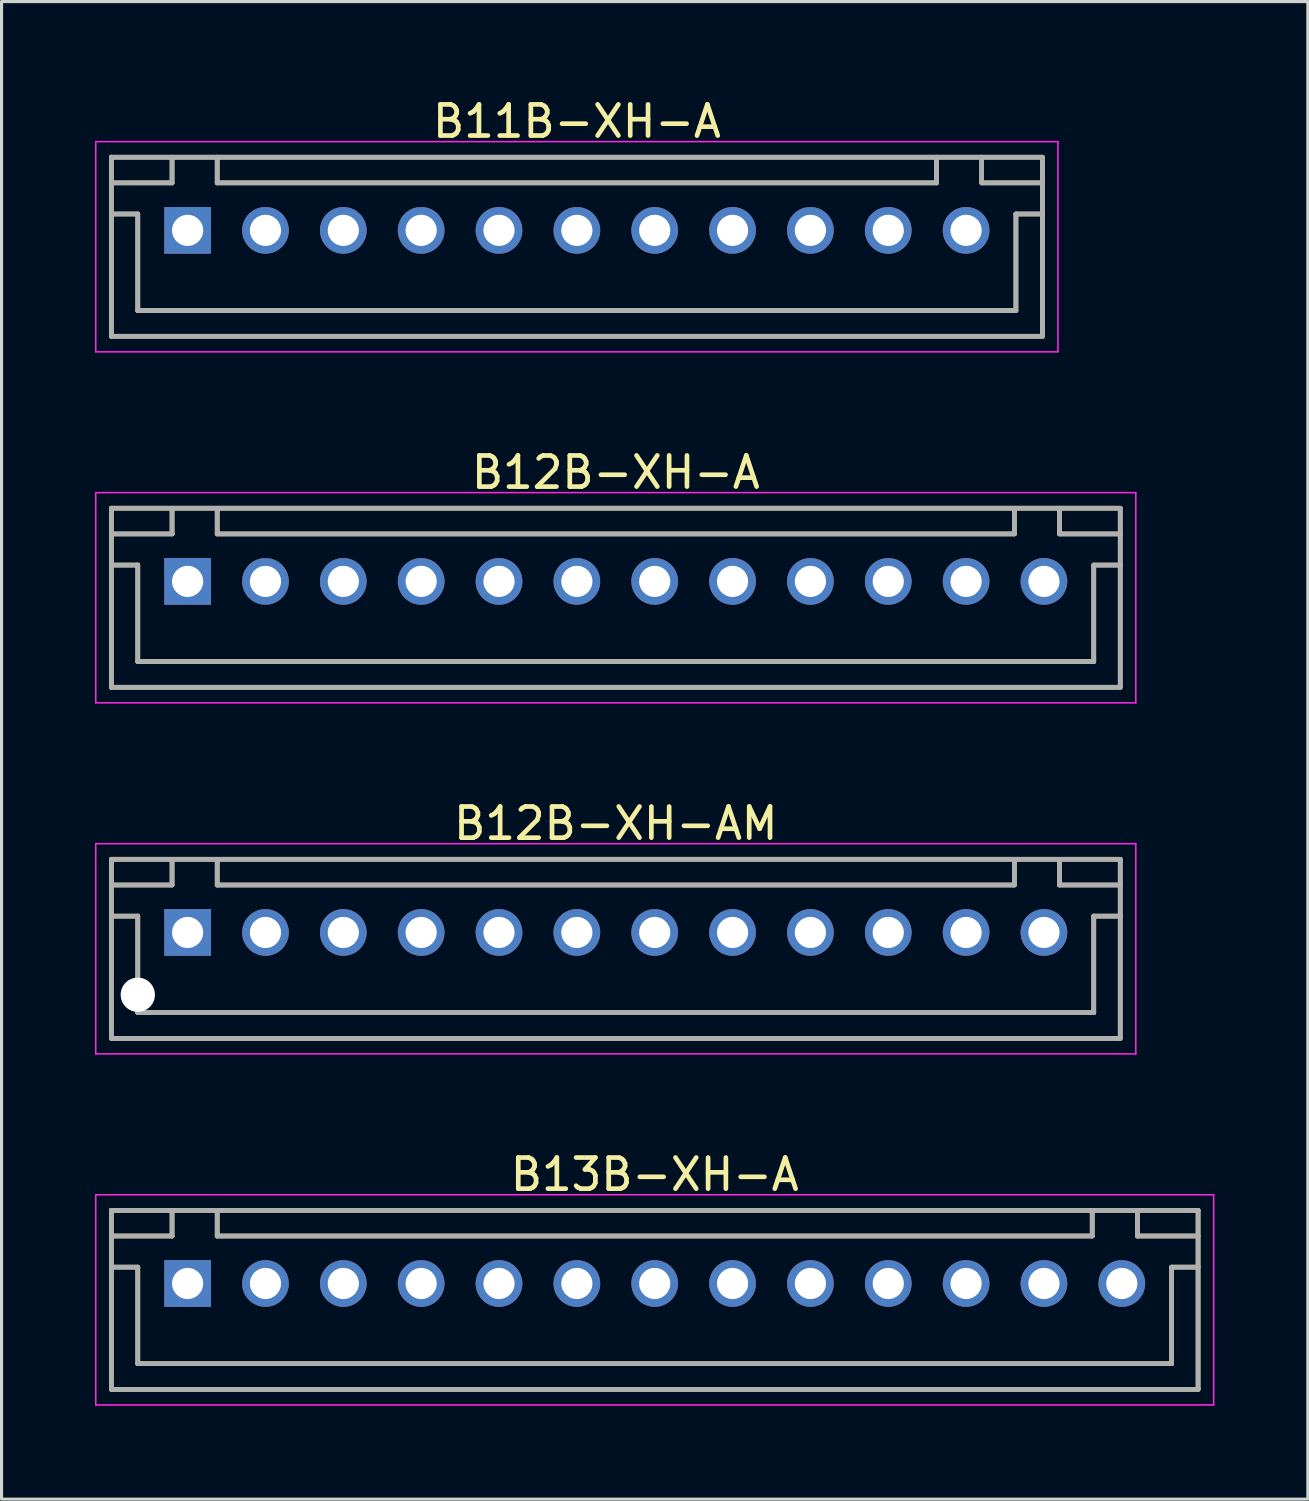
<source format=kicad_pcb>
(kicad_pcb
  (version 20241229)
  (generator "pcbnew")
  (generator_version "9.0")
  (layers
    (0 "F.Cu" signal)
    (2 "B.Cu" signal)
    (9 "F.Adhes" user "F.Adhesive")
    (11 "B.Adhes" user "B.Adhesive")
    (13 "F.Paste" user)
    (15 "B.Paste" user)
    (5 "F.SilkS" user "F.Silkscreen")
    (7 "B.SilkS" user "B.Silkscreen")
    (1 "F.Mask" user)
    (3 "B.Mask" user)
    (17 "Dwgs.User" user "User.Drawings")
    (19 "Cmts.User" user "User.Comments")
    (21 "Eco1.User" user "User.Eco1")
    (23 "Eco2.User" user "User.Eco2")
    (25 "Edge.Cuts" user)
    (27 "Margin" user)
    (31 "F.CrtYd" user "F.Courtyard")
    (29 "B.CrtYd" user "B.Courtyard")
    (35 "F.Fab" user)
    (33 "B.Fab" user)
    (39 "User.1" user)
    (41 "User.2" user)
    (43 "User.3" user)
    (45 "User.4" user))
  (footprint "B11B-XH-A"
    (layer "F.Cu")
    (at 15.475 4.348)
    (property "Reference" "B11B-XH-A" (at 0 -3.5 0) (layer "F.SilkS") (effects (font (size 1 1) (thickness 0.15))))
    (attr smd)
    (fp_line (start -14.95 -2.35) (end -14.95 3.4) (stroke (width 0.15) (type solid)) (layer "F.SilkS"))
    (fp_line (start -14.95 -2.35) (end 14.95 -2.35) (stroke (width 0.15) (type solid)) (layer "F.SilkS"))
    (fp_line (start -14.95 -1.525) (end -13 -1.525) (stroke (width 0.15) (type solid)) (layer "F.SilkS"))
    (fp_line (start -14.95 -0.525) (end -14.1 -0.525) (stroke (width 0.15) (type solid)) (layer "F.SilkS"))
    (fp_line (start -14.95 3.4) (end 14.95 3.4) (stroke (width 0.15) (type solid)) (layer "F.SilkS"))
    (fp_line (start -14.1 -0.525) (end -14.1 2.575) (stroke (width 0.15) (type solid)) (layer "F.SilkS"))
    (fp_line (start -14.1 2.575) (end 14.1 2.575) (stroke (width 0.15) (type solid)) (layer "F.SilkS"))
    (fp_line (start -13 -2.35) (end -13 -1.525) (stroke (width 0.15) (type solid)) (layer "F.SilkS"))
    (fp_line (start -11.55 -2.35) (end -11.55 -1.525) (stroke (width 0.15) (type solid)) (layer "F.SilkS"))
    (fp_line (start -11.55 -1.525) (end 11.55 -1.525) (stroke (width 0.15) (type solid)) (layer "F.SilkS"))
    (fp_line (start 11.55 -2.35) (end 11.55 -1.525) (stroke (width 0.15) (type solid)) (layer "F.SilkS"))
    (fp_line (start 13 -2.35) (end 13 -1.525) (stroke (width 0.15) (type solid)) (layer "F.SilkS"))
    (fp_line (start 13 -1.525) (end 14.95 -1.525) (stroke (width 0.15) (type solid)) (layer "F.SilkS"))
    (fp_line (start 14.1 -0.525) (end 14.1 2.575) (stroke (width 0.15) (type solid)) (layer "F.SilkS"))
    (fp_line (start 14.1 -0.525) (end 14.95 -0.525) (stroke (width 0.15) (type solid)) (layer "F.SilkS"))
    (fp_line (start 14.95 -2.35) (end 14.95 3.4) (stroke (width 0.15) (type solid)) (layer "F.SilkS"))
    (fp_line (start -15.45 -2.85) (end -15.45 3.9) (stroke (width 0.05) (type solid)) (layer "F.CrtYd"))
    (fp_line (start -15.45 -2.85) (end 15.45 -2.85) (stroke (width 0.05) (type solid)) (layer "F.CrtYd"))
    (fp_line (start -15.45 3.9) (end 15.45 3.9) (stroke (width 0.05) (type solid)) (layer "F.CrtYd"))
    (fp_line (start 15.45 -2.85) (end 15.45 3.9) (stroke (width 0.05) (type solid)) (layer "F.CrtYd"))
    (fp_line (start -14.95 -2.35) (end -14.95 3.4) (stroke (width 0.15) (type solid)) (layer "F.Fab"))
    (fp_line (start -14.95 -2.35) (end 14.95 -2.35) (stroke (width 0.15) (type solid)) (layer "F.Fab"))
    (fp_line (start -14.95 -1.525) (end -13 -1.525) (stroke (width 0.15) (type solid)) (layer "F.Fab"))
    (fp_line (start -14.95 -0.525) (end -14.1 -0.525) (stroke (width 0.15) (type solid)) (layer "F.Fab"))
    (fp_line (start -14.95 3.4) (end 14.95 3.4) (stroke (width 0.15) (type solid)) (layer "F.Fab"))
    (fp_line (start -14.1 -0.525) (end -14.1 2.575) (stroke (width 0.15) (type solid)) (layer "F.Fab"))
    (fp_line (start -14.1 2.575) (end 14.1 2.575) (stroke (width 0.15) (type solid)) (layer "F.Fab"))
    (fp_line (start -13 -2.35) (end -13 -1.525) (stroke (width 0.15) (type solid)) (layer "F.Fab"))
    (fp_line (start -11.55 -2.35) (end -11.55 -1.525) (stroke (width 0.15) (type solid)) (layer "F.Fab"))
    (fp_line (start -11.55 -1.525) (end 11.55 -1.525) (stroke (width 0.15) (type solid)) (layer "F.Fab"))
    (fp_line (start 11.55 -2.35) (end 11.55 -1.525) (stroke (width 0.15) (type solid)) (layer "F.Fab"))
    (fp_line (start 13 -2.35) (end 13 -1.525) (stroke (width 0.15) (type solid)) (layer "F.Fab"))
    (fp_line (start 13 -1.525) (end 14.95 -1.525) (stroke (width 0.15) (type solid)) (layer "F.Fab"))
    (fp_line (start 14.1 -0.525) (end 14.1 2.575) (stroke (width 0.15) (type solid)) (layer "F.Fab"))
    (fp_line (start 14.1 -0.525) (end 14.95 -0.525) (stroke (width 0.15) (type solid)) (layer "F.Fab"))
    (fp_line (start 14.95 -2.35) (end 14.95 3.4) (stroke (width 0.15) (type solid)) (layer "F.Fab"))
    (pad "1" thru_hole rect (at -12.5 0) (size 1.5 1.5) (drill 1) (layers "*.Cu" "*.Mask"))
    (pad "2" thru_hole circle (at -10 0) (size 1.5 1.5) (drill 1) (layers "*.Cu" "*.Mask"))
    (pad "3" thru_hole circle (at -7.5 0) (size 1.5 1.5) (drill 1) (layers "*.Cu" "*.Mask"))
    (pad "4" thru_hole circle (at -5 0) (size 1.5 1.5) (drill 1) (layers "*.Cu" "*.Mask"))
    (pad "5" thru_hole circle (at -2.5 0) (size 1.5 1.5) (drill 1) (layers "*.Cu" "*.Mask"))
    (pad "6" thru_hole circle (at 0 0) (size 1.5 1.5) (drill 1) (layers "*.Cu" "*.Mask"))
    (pad "7" thru_hole circle (at 2.5 0) (size 1.5 1.5) (drill 1) (layers "*.Cu" "*.Mask"))
    (pad "8" thru_hole circle (at 5 0) (size 1.5 1.5) (drill 1) (layers "*.Cu" "*.Mask"))
    (pad "9" thru_hole circle (at 7.5 0) (size 1.5 1.5) (drill 1) (layers "*.Cu" "*.Mask"))
    (pad "10" thru_hole circle (at 10 0) (size 1.5 1.5) (drill 1) (layers "*.Cu" "*.Mask"))
    (pad "11" thru_hole circle (at 12.5 0) (size 1.5 1.5) (drill 1) (layers "*.Cu" "*.Mask")))
  (footprint "B12B-XH-AM"
    (layer "F.Cu")
    (at 16.725 26.895)
    (property "Reference" "B12B-XH-AM" (at 0 -3.5 0) (layer "F.SilkS") (effects (font (size 1 1) (thickness 0.15))))
    (attr smd)
    (fp_line (start -16.2 -2.35) (end -16.2 3.4) (stroke (width 0.15) (type solid)) (layer "F.SilkS"))
    (fp_line (start -16.2 -2.35) (end 16.2 -2.35) (stroke (width 0.15) (type solid)) (layer "F.SilkS"))
    (fp_line (start -16.2 -1.525) (end -14.25 -1.525) (stroke (width 0.15) (type solid)) (layer "F.SilkS"))
    (fp_line (start -16.2 -0.525) (end -15.35 -0.525) (stroke (width 0.15) (type solid)) (layer "F.SilkS"))
    (fp_line (start -16.2 3.4) (end 16.2 3.4) (stroke (width 0.15) (type solid)) (layer "F.SilkS"))
    (fp_line (start -15.35 -0.525) (end -15.35 2.575) (stroke (width 0.15) (type solid)) (layer "F.SilkS"))
    (fp_line (start -15.35 2.575) (end 15.35 2.575) (stroke (width 0.15) (type solid)) (layer "F.SilkS"))
    (fp_line (start -14.25 -2.35) (end -14.25 -1.525) (stroke (width 0.15) (type solid)) (layer "F.SilkS"))
    (fp_line (start -12.8 -2.35) (end -12.8 -1.525) (stroke (width 0.15) (type solid)) (layer "F.SilkS"))
    (fp_line (start -12.8 -1.525) (end 12.8 -1.525) (stroke (width 0.15) (type solid)) (layer "F.SilkS"))
    (fp_line (start 12.8 -2.35) (end 12.8 -1.525) (stroke (width 0.15) (type solid)) (layer "F.SilkS"))
    (fp_line (start 14.25 -2.35) (end 14.25 -1.525) (stroke (width 0.15) (type solid)) (layer "F.SilkS"))
    (fp_line (start 14.25 -1.525) (end 16.2 -1.525) (stroke (width 0.15) (type solid)) (layer "F.SilkS"))
    (fp_line (start 15.35 -0.525) (end 15.35 2.575) (stroke (width 0.15) (type solid)) (layer "F.SilkS"))
    (fp_line (start 15.35 -0.525) (end 16.2 -0.525) (stroke (width 0.15) (type solid)) (layer "F.SilkS"))
    (fp_line (start 16.2 -2.35) (end 16.2 3.4) (stroke (width 0.15) (type solid)) (layer "F.SilkS"))
    (fp_line (start -16.7 -2.85) (end -16.7 3.9) (stroke (width 0.05) (type solid)) (layer "F.CrtYd"))
    (fp_line (start -16.7 -2.85) (end 16.7 -2.85) (stroke (width 0.05) (type solid)) (layer "F.CrtYd"))
    (fp_line (start -16.7 3.9) (end 16.7 3.9) (stroke (width 0.05) (type solid)) (layer "F.CrtYd"))
    (fp_line (start 16.7 -2.85) (end 16.7 3.9) (stroke (width 0.05) (type solid)) (layer "F.CrtYd"))
    (fp_line (start -16.2 -2.35) (end -16.2 3.4) (stroke (width 0.15) (type solid)) (layer "F.Fab"))
    (fp_line (start -16.2 -2.35) (end 16.2 -2.35) (stroke (width 0.15) (type solid)) (layer "F.Fab"))
    (fp_line (start -16.2 -1.525) (end -14.25 -1.525) (stroke (width 0.15) (type solid)) (layer "F.Fab"))
    (fp_line (start -16.2 -0.525) (end -15.35 -0.525) (stroke (width 0.15) (type solid)) (layer "F.Fab"))
    (fp_line (start -16.2 3.4) (end 16.2 3.4) (stroke (width 0.15) (type solid)) (layer "F.Fab"))
    (fp_line (start -15.35 -0.525) (end -15.35 2.575) (stroke (width 0.15) (type solid)) (layer "F.Fab"))
    (fp_line (start -15.35 2.575) (end 15.35 2.575) (stroke (width 0.15) (type solid)) (layer "F.Fab"))
    (fp_line (start -14.25 -2.35) (end -14.25 -1.525) (stroke (width 0.15) (type solid)) (layer "F.Fab"))
    (fp_line (start -12.8 -2.35) (end -12.8 -1.525) (stroke (width 0.15) (type solid)) (layer "F.Fab"))
    (fp_line (start -12.8 -1.525) (end 12.8 -1.525) (stroke (width 0.15) (type solid)) (layer "F.Fab"))
    (fp_line (start 12.8 -2.35) (end 12.8 -1.525) (stroke (width 0.15) (type solid)) (layer "F.Fab"))
    (fp_line (start 14.25 -2.35) (end 14.25 -1.525) (stroke (width 0.15) (type solid)) (layer "F.Fab"))
    (fp_line (start 14.25 -1.525) (end 16.2 -1.525) (stroke (width 0.15) (type solid)) (layer "F.Fab"))
    (fp_line (start 15.35 -0.525) (end 15.35 2.575) (stroke (width 0.15) (type solid)) (layer "F.Fab"))
    (fp_line (start 15.35 -0.525) (end 16.2 -0.525) (stroke (width 0.15) (type solid)) (layer "F.Fab"))
    (fp_line (start 16.2 -2.35) (end 16.2 3.4) (stroke (width 0.15) (type solid)) (layer "F.Fab"))
    (pad "" np_thru_hole circle (at -15.35 2) (size 1.1 1.1) (drill 1.1) (layers "*.Cu" "*.Mask"))
    (pad "1" thru_hole rect (at -13.75 0) (size 1.5 1.5) (drill 1) (layers "*.Cu" "*.Mask"))
    (pad "2" thru_hole circle (at -11.25 0) (size 1.5 1.5) (drill 1) (layers "*.Cu" "*.Mask"))
    (pad "3" thru_hole circle (at -8.75 0) (size 1.5 1.5) (drill 1) (layers "*.Cu" "*.Mask"))
    (pad "4" thru_hole circle (at -6.25 0) (size 1.5 1.5) (drill 1) (layers "*.Cu" "*.Mask"))
    (pad "5" thru_hole circle (at -3.75 0) (size 1.5 1.5) (drill 1) (layers "*.Cu" "*.Mask"))
    (pad "6" thru_hole circle (at -1.25 0) (size 1.5 1.5) (drill 1) (layers "*.Cu" "*.Mask"))
    (pad "7" thru_hole circle (at 1.25 0) (size 1.5 1.5) (drill 1) (layers "*.Cu" "*.Mask"))
    (pad "8" thru_hole circle (at 3.75 0) (size 1.5 1.5) (drill 1) (layers "*.Cu" "*.Mask"))
    (pad "9" thru_hole circle (at 6.25 0) (size 1.5 1.5) (drill 1) (layers "*.Cu" "*.Mask"))
    (pad "10" thru_hole circle (at 8.75 0) (size 1.5 1.5) (drill 1) (layers "*.Cu" "*.Mask"))
    (pad "11" thru_hole circle (at 11.25 0) (size 1.5 1.5) (drill 1) (layers "*.Cu" "*.Mask"))
    (pad "12" thru_hole circle (at 13.75 0) (size 1.5 1.5) (drill 1) (layers "*.Cu" "*.Mask")))
  (footprint "B12B-XH-A"
    (layer "F.Cu")
    (at 16.725 15.621)
    (property "Reference" "B12B-XH-A" (at 0 -3.5 0) (layer "F.SilkS") (effects (font (size 1 1) (thickness 0.15))))
    (attr smd)
    (fp_line (start -16.2 -2.35) (end -16.2 3.4) (stroke (width 0.15) (type solid)) (layer "F.SilkS"))
    (fp_line (start -16.2 -2.35) (end 16.2 -2.35) (stroke (width 0.15) (type solid)) (layer "F.SilkS"))
    (fp_line (start -16.2 -1.525) (end -14.25 -1.525) (stroke (width 0.15) (type solid)) (layer "F.SilkS"))
    (fp_line (start -16.2 -0.525) (end -15.35 -0.525) (stroke (width 0.15) (type solid)) (layer "F.SilkS"))
    (fp_line (start -16.2 3.4) (end 16.2 3.4) (stroke (width 0.15) (type solid)) (layer "F.SilkS"))
    (fp_line (start -15.35 -0.525) (end -15.35 2.575) (stroke (width 0.15) (type solid)) (layer "F.SilkS"))
    (fp_line (start -15.35 2.575) (end 15.35 2.575) (stroke (width 0.15) (type solid)) (layer "F.SilkS"))
    (fp_line (start -14.25 -2.35) (end -14.25 -1.525) (stroke (width 0.15) (type solid)) (layer "F.SilkS"))
    (fp_line (start -12.8 -2.35) (end -12.8 -1.525) (stroke (width 0.15) (type solid)) (layer "F.SilkS"))
    (fp_line (start -12.8 -1.525) (end 12.8 -1.525) (stroke (width 0.15) (type solid)) (layer "F.SilkS"))
    (fp_line (start 12.8 -2.35) (end 12.8 -1.525) (stroke (width 0.15) (type solid)) (layer "F.SilkS"))
    (fp_line (start 14.25 -2.35) (end 14.25 -1.525) (stroke (width 0.15) (type solid)) (layer "F.SilkS"))
    (fp_line (start 14.25 -1.525) (end 16.2 -1.525) (stroke (width 0.15) (type solid)) (layer "F.SilkS"))
    (fp_line (start 15.35 -0.525) (end 15.35 2.575) (stroke (width 0.15) (type solid)) (layer "F.SilkS"))
    (fp_line (start 15.35 -0.525) (end 16.2 -0.525) (stroke (width 0.15) (type solid)) (layer "F.SilkS"))
    (fp_line (start 16.2 -2.35) (end 16.2 3.4) (stroke (width 0.15) (type solid)) (layer "F.SilkS"))
    (fp_line (start -16.7 -2.85) (end -16.7 3.9) (stroke (width 0.05) (type solid)) (layer "F.CrtYd"))
    (fp_line (start -16.7 -2.85) (end 16.7 -2.85) (stroke (width 0.05) (type solid)) (layer "F.CrtYd"))
    (fp_line (start -16.7 3.9) (end 16.7 3.9) (stroke (width 0.05) (type solid)) (layer "F.CrtYd"))
    (fp_line (start 16.7 -2.85) (end 16.7 3.9) (stroke (width 0.05) (type solid)) (layer "F.CrtYd"))
    (fp_line (start -16.2 -2.35) (end -16.2 3.4) (stroke (width 0.15) (type solid)) (layer "F.Fab"))
    (fp_line (start -16.2 -2.35) (end 16.2 -2.35) (stroke (width 0.15) (type solid)) (layer "F.Fab"))
    (fp_line (start -16.2 -1.525) (end -14.25 -1.525) (stroke (width 0.15) (type solid)) (layer "F.Fab"))
    (fp_line (start -16.2 -0.525) (end -15.35 -0.525) (stroke (width 0.15) (type solid)) (layer "F.Fab"))
    (fp_line (start -16.2 3.4) (end 16.2 3.4) (stroke (width 0.15) (type solid)) (layer "F.Fab"))
    (fp_line (start -15.35 -0.525) (end -15.35 2.575) (stroke (width 0.15) (type solid)) (layer "F.Fab"))
    (fp_line (start -15.35 2.575) (end 15.35 2.575) (stroke (width 0.15) (type solid)) (layer "F.Fab"))
    (fp_line (start -14.25 -2.35) (end -14.25 -1.525) (stroke (width 0.15) (type solid)) (layer "F.Fab"))
    (fp_line (start -12.8 -2.35) (end -12.8 -1.525) (stroke (width 0.15) (type solid)) (layer "F.Fab"))
    (fp_line (start -12.8 -1.525) (end 12.8 -1.525) (stroke (width 0.15) (type solid)) (layer "F.Fab"))
    (fp_line (start 12.8 -2.35) (end 12.8 -1.525) (stroke (width 0.15) (type solid)) (layer "F.Fab"))
    (fp_line (start 14.25 -2.35) (end 14.25 -1.525) (stroke (width 0.15) (type solid)) (layer "F.Fab"))
    (fp_line (start 14.25 -1.525) (end 16.2 -1.525) (stroke (width 0.15) (type solid)) (layer "F.Fab"))
    (fp_line (start 15.35 -0.525) (end 15.35 2.575) (stroke (width 0.15) (type solid)) (layer "F.Fab"))
    (fp_line (start 15.35 -0.525) (end 16.2 -0.525) (stroke (width 0.15) (type solid)) (layer "F.Fab"))
    (fp_line (start 16.2 -2.35) (end 16.2 3.4) (stroke (width 0.15) (type solid)) (layer "F.Fab"))
    (pad "1" thru_hole rect (at -13.75 0) (size 1.5 1.5) (drill 1) (layers "*.Cu" "*.Mask"))
    (pad "2" thru_hole circle (at -11.25 0) (size 1.5 1.5) (drill 1) (layers "*.Cu" "*.Mask"))
    (pad "3" thru_hole circle (at -8.75 0) (size 1.5 1.5) (drill 1) (layers "*.Cu" "*.Mask"))
    (pad "4" thru_hole circle (at -6.25 0) (size 1.5 1.5) (drill 1) (layers "*.Cu" "*.Mask"))
    (pad "5" thru_hole circle (at -3.75 0) (size 1.5 1.5) (drill 1) (layers "*.Cu" "*.Mask"))
    (pad "6" thru_hole circle (at -1.25 0) (size 1.5 1.5) (drill 1) (layers "*.Cu" "*.Mask"))
    (pad "7" thru_hole circle (at 1.25 0) (size 1.5 1.5) (drill 1) (layers "*.Cu" "*.Mask"))
    (pad "8" thru_hole circle (at 3.75 0) (size 1.5 1.5) (drill 1) (layers "*.Cu" "*.Mask"))
    (pad "9" thru_hole circle (at 6.25 0) (size 1.5 1.5) (drill 1) (layers "*.Cu" "*.Mask"))
    (pad "10" thru_hole circle (at 8.75 0) (size 1.5 1.5) (drill 1) (layers "*.Cu" "*.Mask"))
    (pad "11" thru_hole circle (at 11.25 0) (size 1.5 1.5) (drill 1) (layers "*.Cu" "*.Mask"))
    (pad "12" thru_hole circle (at 13.75 0) (size 1.5 1.5) (drill 1) (layers "*.Cu" "*.Mask")))
  (footprint "B13B-XH-A"
    (layer "F.Cu")
    (at 17.975 38.168)
    (property "Reference" "B13B-XH-A" (at 0 -3.5 0) (layer "F.SilkS") (effects (font (size 1 1) (thickness 0.15))))
    (attr smd)
    (fp_line (start -17.45 -2.35) (end -17.45 3.4) (stroke (width 0.15) (type solid)) (layer "F.SilkS"))
    (fp_line (start -17.45 -2.35) (end 17.45 -2.35) (stroke (width 0.15) (type solid)) (layer "F.SilkS"))
    (fp_line (start -17.45 -1.525) (end -15.5 -1.525) (stroke (width 0.15) (type solid)) (layer "F.SilkS"))
    (fp_line (start -17.45 -0.525) (end -16.6 -0.525) (stroke (width 0.15) (type solid)) (layer "F.SilkS"))
    (fp_line (start -17.45 3.4) (end 17.45 3.4) (stroke (width 0.15) (type solid)) (layer "F.SilkS"))
    (fp_line (start -16.6 -0.525) (end -16.6 2.575) (stroke (width 0.15) (type solid)) (layer "F.SilkS"))
    (fp_line (start -16.6 2.575) (end 16.6 2.575) (stroke (width 0.15) (type solid)) (layer "F.SilkS"))
    (fp_line (start -15.5 -2.35) (end -15.5 -1.525) (stroke (width 0.15) (type solid)) (layer "F.SilkS"))
    (fp_line (start -14.05 -2.35) (end -14.05 -1.525) (stroke (width 0.15) (type solid)) (layer "F.SilkS"))
    (fp_line (start -14.05 -1.525) (end 14.05 -1.525) (stroke (width 0.15) (type solid)) (layer "F.SilkS"))
    (fp_line (start 14.05 -2.35) (end 14.05 -1.525) (stroke (width 0.15) (type solid)) (layer "F.SilkS"))
    (fp_line (start 15.5 -2.35) (end 15.5 -1.525) (stroke (width 0.15) (type solid)) (layer "F.SilkS"))
    (fp_line (start 15.5 -1.525) (end 17.45 -1.525) (stroke (width 0.15) (type solid)) (layer "F.SilkS"))
    (fp_line (start 16.6 -0.525) (end 16.6 2.575) (stroke (width 0.15) (type solid)) (layer "F.SilkS"))
    (fp_line (start 16.6 -0.525) (end 17.45 -0.525) (stroke (width 0.15) (type solid)) (layer "F.SilkS"))
    (fp_line (start 17.45 -2.35) (end 17.45 3.4) (stroke (width 0.15) (type solid)) (layer "F.SilkS"))
    (fp_line (start -17.95 -2.85) (end -17.95 3.9) (stroke (width 0.05) (type solid)) (layer "F.CrtYd"))
    (fp_line (start -17.95 -2.85) (end 17.95 -2.85) (stroke (width 0.05) (type solid)) (layer "F.CrtYd"))
    (fp_line (start -17.95 3.9) (end 17.95 3.9) (stroke (width 0.05) (type solid)) (layer "F.CrtYd"))
    (fp_line (start 17.95 -2.85) (end 17.95 3.9) (stroke (width 0.05) (type solid)) (layer "F.CrtYd"))
    (fp_line (start -17.45 -2.35) (end -17.45 3.4) (stroke (width 0.15) (type solid)) (layer "F.Fab"))
    (fp_line (start -17.45 -2.35) (end 17.45 -2.35) (stroke (width 0.15) (type solid)) (layer "F.Fab"))
    (fp_line (start -17.45 -1.525) (end -15.5 -1.525) (stroke (width 0.15) (type solid)) (layer "F.Fab"))
    (fp_line (start -17.45 -0.525) (end -16.6 -0.525) (stroke (width 0.15) (type solid)) (layer "F.Fab"))
    (fp_line (start -17.45 3.4) (end 17.45 3.4) (stroke (width 0.15) (type solid)) (layer "F.Fab"))
    (fp_line (start -16.6 -0.525) (end -16.6 2.575) (stroke (width 0.15) (type solid)) (layer "F.Fab"))
    (fp_line (start -16.6 2.575) (end 16.6 2.575) (stroke (width 0.15) (type solid)) (layer "F.Fab"))
    (fp_line (start -15.5 -2.35) (end -15.5 -1.525) (stroke (width 0.15) (type solid)) (layer "F.Fab"))
    (fp_line (start -14.05 -2.35) (end -14.05 -1.525) (stroke (width 0.15) (type solid)) (layer "F.Fab"))
    (fp_line (start -14.05 -1.525) (end 14.05 -1.525) (stroke (width 0.15) (type solid)) (layer "F.Fab"))
    (fp_line (start 14.05 -2.35) (end 14.05 -1.525) (stroke (width 0.15) (type solid)) (layer "F.Fab"))
    (fp_line (start 15.5 -2.35) (end 15.5 -1.525) (stroke (width 0.15) (type solid)) (layer "F.Fab"))
    (fp_line (start 15.5 -1.525) (end 17.45 -1.525) (stroke (width 0.15) (type solid)) (layer "F.Fab"))
    (fp_line (start 16.6 -0.525) (end 16.6 2.575) (stroke (width 0.15) (type solid)) (layer "F.Fab"))
    (fp_line (start 16.6 -0.525) (end 17.45 -0.525) (stroke (width 0.15) (type solid)) (layer "F.Fab"))
    (fp_line (start 17.45 -2.35) (end 17.45 3.4) (stroke (width 0.15) (type solid)) (layer "F.Fab"))
    (pad "1" thru_hole rect (at -15 0) (size 1.5 1.5) (drill 1) (layers "*.Cu" "*.Mask"))
    (pad "2" thru_hole circle (at -12.5 0) (size 1.5 1.5) (drill 1) (layers "*.Cu" "*.Mask"))
    (pad "3" thru_hole circle (at -10 0) (size 1.5 1.5) (drill 1) (layers "*.Cu" "*.Mask"))
    (pad "4" thru_hole circle (at -7.5 0) (size 1.5 1.5) (drill 1) (layers "*.Cu" "*.Mask"))
    (pad "5" thru_hole circle (at -5 0) (size 1.5 1.5) (drill 1) (layers "*.Cu" "*.Mask"))
    (pad "6" thru_hole circle (at -2.5 0) (size 1.5 1.5) (drill 1) (layers "*.Cu" "*.Mask"))
    (pad "7" thru_hole circle (at 0 0) (size 1.5 1.5) (drill 1) (layers "*.Cu" "*.Mask"))
    (pad "8" thru_hole circle (at 2.5 0) (size 1.5 1.5) (drill 1) (layers "*.Cu" "*.Mask"))
    (pad "9" thru_hole circle (at 5 0) (size 1.5 1.5) (drill 1) (layers "*.Cu" "*.Mask"))
    (pad "10" thru_hole circle (at 7.5 0) (size 1.5 1.5) (drill 1) (layers "*.Cu" "*.Mask"))
    (pad "11" thru_hole circle (at 10 0) (size 1.5 1.5) (drill 1) (layers "*.Cu" "*.Mask"))
    (pad "12" thru_hole circle (at 12.5 0) (size 1.5 1.5) (drill 1) (layers "*.Cu" "*.Mask"))
    (pad "13" thru_hole circle (at 15 0) (size 1.5 1.5) (drill 1) (layers "*.Cu" "*.Mask")))
  (gr_rect
    (start -3 -3)
    (end 38.95 45.093)
    (stroke (width 0.1) (type default))
    (fill no)
    (layer "Edge.Cuts")))
</source>
